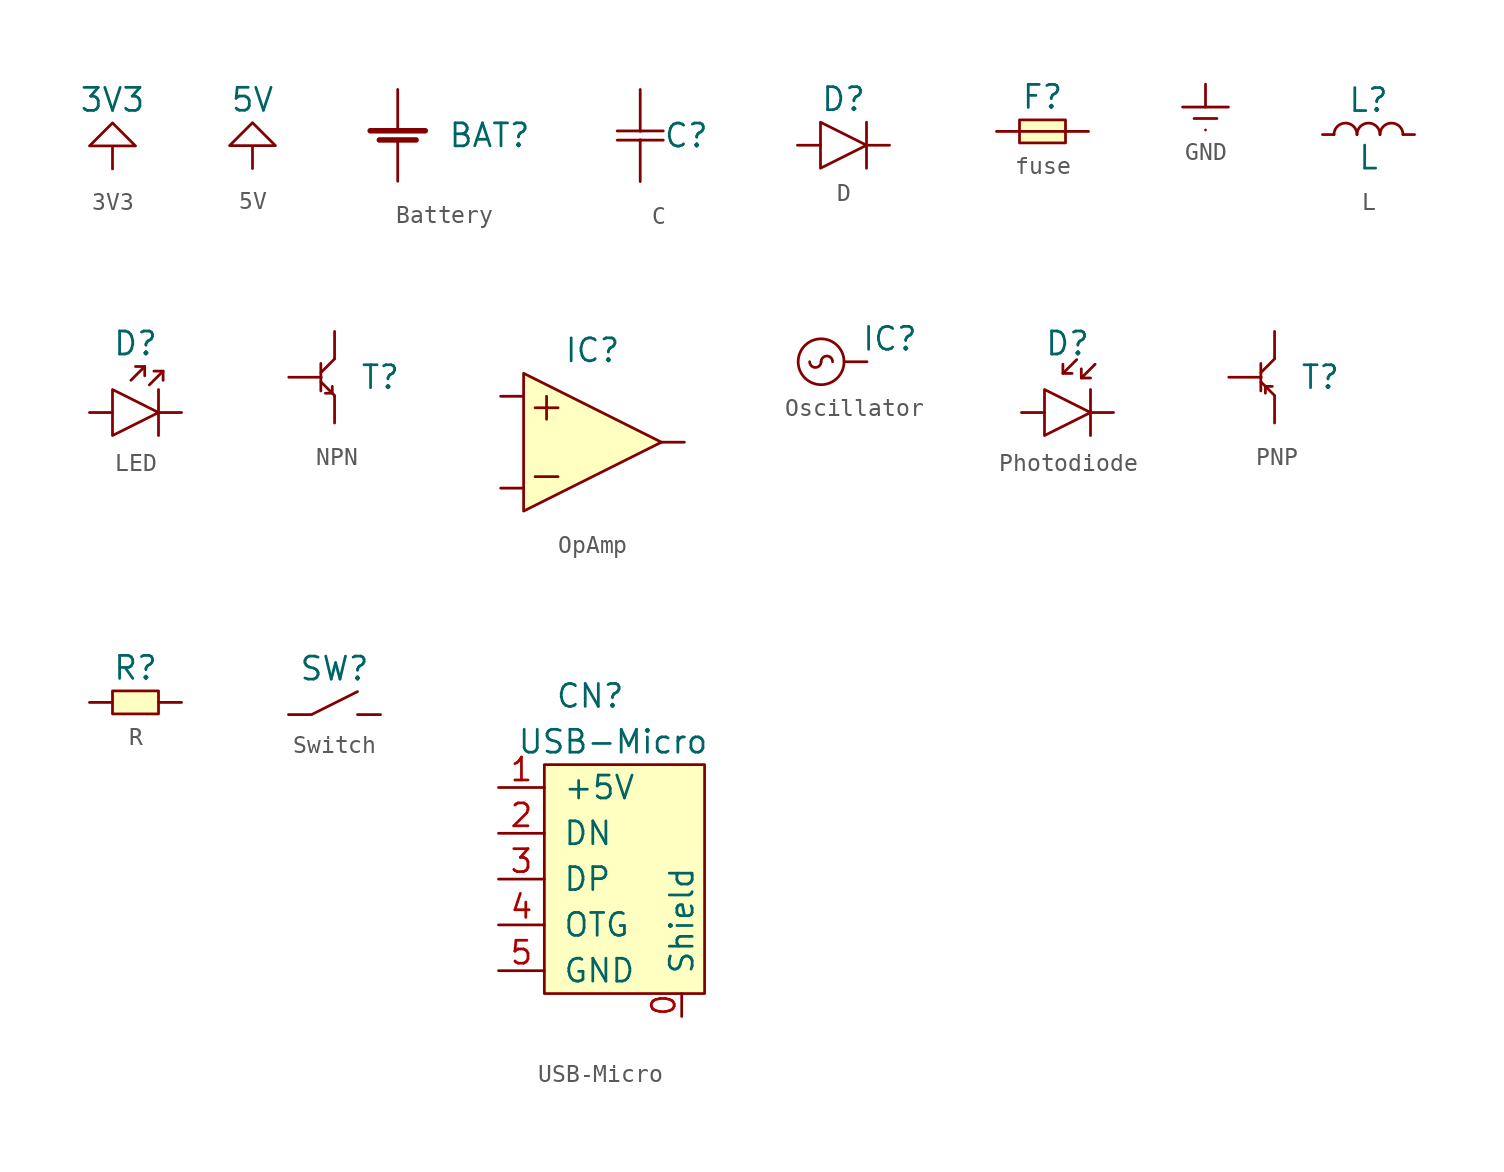
<source format=kicad_sym>
(kicad_symbol_lib
  (version 20220914)
  (generator kicad_symbol_editor)
  (symbol "3V3"
    (power)
    (pin_numbers hide)
    (pin_names
      (offset 0) hide)
    (property "Reference" "3V3"
      (at 3.81 1.27 0)
      (effects (font (size 1.27 1.27)) hide))
    (property "Value" "3V3"
      (at 0 3.81 0)
      (effects (font (size 1.27 1.27))))
    (symbol "3V3_0_1"
      (polyline (pts (xy 0 0) (xy 0 1.27) (xy -1.27 1.27) (xy 0 2.54) (xy 1.27 1.27) (xy 0 1.27)) (stroke (width 0) (type solid)) (fill (type none))))
    (symbol "3V3_1_1"
      (pin power_in line (at 0 0 90) (length 2.54) hide (name "3V3" (effects (font (size 1.27 1.27)))) (number "~" (effects (font (size 1.27 1.27)))))))
  (symbol "5V"
    (power)
    (pin_numbers hide)
    (pin_names
      (offset 0) hide)
    (property "Reference" "5V"
      (at 3.81 1.27 0)
      (effects (font (size 1.27 1.27)) hide))
    (property "Value" "5V"
      (at 0 3.81 0)
      (effects (font (size 1.27 1.27))))
    (symbol "5V_0_1"
      (polyline (pts (xy 0 0) (xy 0 1.27) (xy -1.27 1.27) (xy 0 2.54) (xy 1.27 1.27) (xy 0 1.27)) (stroke (width 0) (type solid)) (fill (type none))))
    (symbol "5V_1_1"
      (pin power_in line (at 0 0 90) (length 2.54) hide (name "GND" (effects (font (size 1.27 1.27)))) (number "~" (effects (font (size 1.27 1.27)))))))
  (symbol "Battery"
    (pin_numbers hide)
    (pin_names
      (offset 0) hide)
    (property "Reference" "BAT"
      (at 5.08 0 0)
      (effects (font (size 1.27 1.27))))
    (symbol "Battery_0_1"
      (polyline (pts (xy -1.524 0.254) (xy 1.524 0.254)) (stroke (width 0.305) (type solid)) (fill (type none)))
      (polyline (pts (xy 1.016 -0.254) (xy -1.016 -0.254)) (stroke (width 0.305) (type solid)) (fill (type none))))
    (symbol "Battery_1_1"
      (pin power_out line (at 0 2.54 270) (length 2.311) (name "+" (effects (font (size 1.27 1.27)))) (number "1" (effects (font (size 1.27 1.27)))))
      (pin power_out line (at 0 -2.54 90) (length 2.311) (name "-" (effects (font (size 1.27 1.27)))) (number "2" (effects (font (size 1.27 1.27)))))))
  (symbol "C"
    (pin_numbers hide)
    (pin_names
      (offset 0) hide)
    (property "Reference" "C"
      (at 2.54 0 0)
      (effects (font (size 1.27 1.27))))
    (symbol "C_0_1"
      (polyline (pts (xy -1.27 -0.254) (xy 1.27 -0.254)) (stroke (width 0) (type solid)) (fill (type none)))
      (polyline (pts (xy 1.27 0.254) (xy -1.27 0.254)) (stroke (width 0) (type solid)) (fill (type none))))
    (symbol "C_1_1"
      (pin bidirectional line (at 0 2.54 270) (length 2.311) (name "~" (effects (font (size 1.27 1.27)))) (number "1" (effects (font (size 1.27 1.27)))))
      (pin bidirectional line (at 0 -2.54 90) (length 2.311) (name "~" (effects (font (size 1.27 1.27)))) (number "2" (effects (font (size 1.27 1.27)))))))
  (symbol "D"
    (pin_numbers hide)
    (pin_names
      (offset 0) hide)
    (property "Reference" "D"
      (at 0 2.54 0)
      (effects (font (size 1.27 1.27))))
    (symbol "D_0_1"
      (polyline (pts (xy 1.27 1.27) (xy 1.27 -1.27)) (stroke (width 0) (type solid)) (fill (type none)))
      (polyline (pts (xy -1.27 1.27) (xy -1.27 -1.27) (xy 1.27 0) (xy -1.27 1.27)) (stroke (width 0) (type solid)) (fill (type none))))
    (symbol "D_1_1"
      (pin input line (at -2.54 0 0) (length 1.27) (name "A" (effects (font (size 1.27 1.27)))) (number "1" (effects (font (size 1.27 1.27)))))
      (pin output line (at 2.54 0 180) (length 1.27) (name "K" (effects (font (size 1.27 1.27)))) (number "2" (effects (font (size 1.27 1.27)))))))
  (symbol "fuse"
    (pin_numbers hide)
    (pin_names
      (offset 0) hide)
    (property "Reference" "F"
      (at 0 1.905 0)
      (effects (font (size 1.27 1.27))))
    (symbol "fuse_0_1"
      (rectangle (start -1.27 0.635) (end 1.27 -0.635) (stroke (width 0) (type solid)) (fill (type background)))
      (polyline (pts (xy 1.27 0) (xy -1.27 0)) (stroke (width 0) (type default)) (fill (type none))))
    (symbol "fuse_1_1"
      (pin bidirectional line (at -2.54 0 0) (length 1.27) (name "~" (effects (font (size 1.27 1.27)))) (number "1" (effects (font (size 1.27 1.27)))))
      (pin bidirectional line (at 2.54 0 180) (length 1.27) (name "~" (effects (font (size 1.27 1.27)))) (number "2" (effects (font (size 1.27 1.27)))))))
  (symbol "GND"
    (power)
    (pin_numbers hide)
    (pin_names
      (offset 0) hide)
    (property "Reference" "GND"
      (at 3.81 1.27 0)
      (effects (font (size 1.27 1.27)) hide))
    (symbol "GND_0_1"
      (polyline (pts (xy -1.27 -1.27) (xy 1.27 -1.27)) (stroke (width 0) (type solid)) (fill (type none)))
      (polyline (pts (xy 0 -2.54) (xy 0 -2.54)) (stroke (width 0) (type solid)) (fill (type none)))
      (polyline (pts (xy 0 -1.27) (xy 0 0)) (stroke (width 0) (type solid)) (fill (type none)))
      (polyline (pts (xy 0.635 -1.905) (xy -0.635 -1.905)) (stroke (width 0) (type solid)) (fill (type none))))
    (symbol "GND_1_1"
      (pin power_in line (at 0 0 270) (length 2.54) hide (name "GND" (effects (font (size 1.27 1.27)))) (number "~" (effects (font (size 1.27 1.27)))))))
  (symbol "L"
    (pin_numbers hide)
    (pin_names
      (offset 0) hide)
    (property "Reference" "L"
      (at 0 1.905 0)
      (effects (font (size 1.27 1.27))))
    (property "Value" "L"
      (at 0 -1.27 0)
      (effects (font (size 1.27 1.27))))
    (symbol "L_0_1"
      (arc (start -0.635 0) (mid -1.27 0.6323) (end -1.905 0) (stroke (width 0) (type solid)) (fill (type none)))
      (arc (start 0.635 0) (mid 0 0.6323) (end -0.635 0) (stroke (width 0) (type solid)) (fill (type none)))
      (arc (start 1.905 0) (mid 1.27 0.6323) (end 0.635 0) (stroke (width 0) (type solid)) (fill (type none))))
    (symbol "L_1_1"
      (pin bidirectional line (at -2.54 0 0) (length 0.635) (name "~" (effects (font (size 1.27 1.27)))) (number "1" (effects (font (size 1.27 1.27)))))
      (pin bidirectional line (at 2.54 0 180) (length 0.635) (name "~" (effects (font (size 1.27 1.27)))) (number "2" (effects (font (size 1.27 1.27)))))))
  (symbol "LED"
    (pin_numbers hide)
    (pin_names
      (offset 0) hide)
    (property "Reference" "D"
      (at 0 3.81 0)
      (effects (font (size 1.27 1.27))))
    (symbol "LED_0_1"
      (polyline (pts (xy 1.27 1.27) (xy 1.27 -1.27)) (stroke (width 0) (type solid)) (fill (type none)))
      (polyline (pts (xy 1.524 1.778) (xy 1.524 2.286)) (stroke (width 0) (type solid)) (fill (type none)))
      (polyline (pts (xy 0.762 1.524) (xy 1.524 2.286) (xy 1.016 2.286)) (stroke (width 0) (type solid)) (fill (type none)))
      (polyline (pts (xy -1.27 1.27) (xy -1.27 -1.27) (xy 1.27 0) (xy -1.27 1.27)) (stroke (width 0) (type solid)) (fill (type none))))
    (symbol "LED_1_1"
      (polyline (pts (xy 0.508 2.032) (xy 0.508 2.54)) (stroke (width 0) (type solid)) (fill (type none)))
      (polyline (pts (xy -0.254 1.778) (xy 0.508 2.54) (xy 0 2.54)) (stroke (width 0) (type solid)) (fill (type none)))
      (pin input line (at -2.54 0 0) (length 1.27) (name "A" (effects (font (size 1.27 1.27)))) (number "1" (effects (font (size 1.27 1.27)))))
      (pin output line (at 2.54 0 180) (length 1.27) (name "K" (effects (font (size 1.27 1.27)))) (number "2" (effects (font (size 1.27 1.27)))))))
  (symbol "NPN"
    (pin_numbers hide)
    (pin_names
      (offset 0) hide)
    (property "Reference" "T"
      (at 2.54 0 0)
      (effects (font (size 1.27 1.27))))
    (symbol "NPN_0_1"
      (polyline (pts (xy -0.762 -0.762) (xy -0.762 0.762)) (stroke (width 0) (type solid)) (fill (type none)))
      (polyline (pts (xy -0.762 -0.254) (xy 0 -1.016)) (stroke (width 0) (type solid)) (fill (type none)))
      (polyline (pts (xy -0.762 0.254) (xy 0 1.016)) (stroke (width 0) (type solid)) (fill (type none)))
      (polyline (pts (xy -0.508 -0.889) (xy -0.127 -0.889) (xy -0.127 -0.508)) (stroke (width 0) (type solid)) (fill (type none))))
    (symbol "NPN_1_1"
      (pin input line (at -2.54 0 0) (length 1.803) (name "B" (effects (font (size 1.27 1.27)))) (number "~" (effects (font (size 1.27 1.27)))))
      (pin input line (at 0 2.54 270) (length 1.499) (name "C" (effects (font (size 1.27 1.27)))) (number "~" (effects (font (size 1.27 1.27)))))
      (pin input line (at 0 -2.54 90) (length 1.499) (name "E" (effects (font (size 1.27 1.27)))) (number "~" (effects (font (size 1.27 1.27)))))))
  (symbol "OpAmp"
    (pin_numbers hide)
    (pin_names
      (offset 1.016))
    (property "Reference" "IC"
      (at 0 5.08 0)
      (effects (font (size 1.27 1.27))))
    (symbol "OpAmp_0_1"
      (polyline (pts (xy -3.175 -1.905) (xy -1.905 -1.905)) (stroke (width 0) (type solid)) (fill (type none)))
      (polyline (pts (xy -2.54 2.54) (xy -2.54 1.27)) (stroke (width 0) (type solid)) (fill (type none)))
      (polyline (pts (xy -3.175 1.905) (xy -2.54 1.905) (xy -1.905 1.905)) (stroke (width 0) (type solid)) (fill (type none)))
      (polyline (pts (xy 3.81 0) (xy -3.81 3.81) (xy -3.81 -3.81) (xy 3.81 0)) (stroke (width 0) (type solid)) (fill (type background))))
    (symbol "OpAmp_1_1"
      (pin input line (at -5.08 -2.54 0) (length 1.27) (name "~" (effects (font (size 1.27 1.27)))) (number "~" (effects (font (size 1.27 1.27)))))
      (pin input line (at -5.08 2.54 0) (length 1.27) (name "~" (effects (font (size 1.27 1.27)))) (number "~" (effects (font (size 1.27 1.27)))))
      (pin output line (at 5.08 0 180) (length 1.27) (name "~" (effects (font (size 1.27 1.27)))) (number "~" (effects (font (size 1.27 1.27)))))))
  (symbol "Oscillator"
    (pin_numbers hide)
    (pin_names
      (offset 0))
    (property "Reference" "IC"
      (at 3.81 1.27 0)
      (effects (font (size 1.27 1.27))))
    (symbol "Oscillator_0_1"
      (arc (start -0.635 0) (mid -0.3175 -0.3162) (end 0 0) (stroke (width 0) (type solid)) (fill (type none)))
      (circle (center 0 0) (radius 1.27) (stroke (width 0) (type solid)) (fill (type none)))
      (arc (start 0.635 0) (mid 0.3175 0.3162) (end 0 0) (stroke (width 0) (type solid)) (fill (type none))))
    (symbol "Oscillator_1_1"
      (pin power_out line (at 2.54 0 180) (length 1.27) (name "~" (effects (font (size 1.27 1.27)))) (number "~" (effects (font (size 1.27 1.27)))))))
  (symbol "Photodiode"
    (pin_numbers hide)
    (pin_names
      (offset 0) hide)
    (property "Reference" "D"
      (at 0 3.81 0)
      (effects (font (size 1.27 1.27))))
    (symbol "Photodiode_0_1"
      (polyline (pts (xy -0.254 2.667) (xy -0.254 2.159)) (stroke (width 0) (type solid)) (fill (type none)))
      (polyline (pts (xy 1.27 1.27) (xy 1.27 -1.27)) (stroke (width 0) (type solid)) (fill (type none)))
      (polyline (pts (xy 0.508 2.921) (xy -0.254 2.159) (xy 0.254 2.159)) (stroke (width 0) (type solid)) (fill (type none)))
      (polyline (pts (xy -1.27 1.27) (xy -1.27 -1.27) (xy 1.27 0) (xy -1.27 1.27)) (stroke (width 0) (type solid)) (fill (type none))))
    (symbol "Photodiode_1_1"
      (polyline (pts (xy 0.762 2.413) (xy 0.762 1.905)) (stroke (width 0) (type solid)) (fill (type none)))
      (polyline (pts (xy 1.524 2.667) (xy 0.762 1.905) (xy 1.27 1.905)) (stroke (width 0) (type solid)) (fill (type none)))
      (pin input line (at -2.54 0 0) (length 1.27) (name "A" (effects (font (size 1.27 1.27)))) (number "1" (effects (font (size 1.27 1.27)))))
      (pin output line (at 2.54 0 180) (length 1.27) (name "K" (effects (font (size 1.27 1.27)))) (number "2" (effects (font (size 1.27 1.27)))))))
  (symbol "PNP"
    (pin_numbers hide)
    (pin_names
      (offset 0) hide)
    (property "Reference" "T"
      (at 2.54 0 0)
      (effects (font (size 1.27 1.27))))
    (symbol "PNP_0_1"
      (polyline (pts (xy -0.762 -0.762) (xy -0.762 0.762)) (stroke (width 0) (type solid)) (fill (type none)))
      (polyline (pts (xy -0.762 -0.254) (xy 0 -1.016)) (stroke (width 0) (type solid)) (fill (type none)))
      (polyline (pts (xy -0.762 0.254) (xy 0 1.016)) (stroke (width 0) (type solid)) (fill (type none)))
      (polyline (pts (xy -0.508 -0.889) (xy -0.508 -0.508) (xy -0.127 -0.508)) (stroke (width 0) (type solid)) (fill (type none))))
    (symbol "PNP_1_1"
      (pin input line (at -2.54 0 0) (length 1.803) (name "B" (effects (font (size 1.27 1.27)))) (number "~" (effects (font (size 1.27 1.27)))))
      (pin input line (at 0 2.54 270) (length 1.499) (name "C" (effects (font (size 1.27 1.27)))) (number "~" (effects (font (size 1.27 1.27)))))
      (pin input line (at 0 -2.54 90) (length 1.499) (name "E" (effects (font (size 1.27 1.27)))) (number "~" (effects (font (size 1.27 1.27)))))))
  (symbol "R"
    (pin_numbers hide)
    (pin_names
      (offset 0) hide)
    (property "Reference" "R"
      (at 0 1.905 0)
      (effects (font (size 1.27 1.27))))
    (symbol "R_0_1"
      (rectangle (start -1.27 0.635) (end 1.27 -0.635) (stroke (width 0) (type solid)) (fill (type background))))
    (symbol "R_1_1"
      (pin bidirectional line (at -2.54 0 0) (length 1.27) (name "~" (effects (font (size 1.27 1.27)))) (number "1" (effects (font (size 1.27 1.27)))))
      (pin bidirectional line (at 2.54 0 180) (length 1.27) (name "~" (effects (font (size 1.27 1.27)))) (number "2" (effects (font (size 1.27 1.27)))))))
  (symbol "Switch"
    (pin_names
      (offset 1.016))
    (property "Reference" "SW"
      (at 0 2.54 0)
      (effects (font (size 1.27 1.27))))
    (symbol "Switch_0_1"
      (polyline (pts (xy -1.27 0) (xy 1.27 1.27)) (stroke (width 0) (type solid)) (fill (type none))))
    (symbol "Switch_1_1"
      (pin bidirectional line (at -2.54 0 0) (length 1.27) (name "~" (effects (font (size 1.27 1.27)))) (number "~" (effects (font (size 1.27 1.27)))))
      (pin bidirectional line (at 2.54 0 180) (length 1.27) (name "~" (effects (font (size 1.27 1.27)))) (number "~" (effects (font (size 1.27 1.27)))))))
  (symbol "USB-Micro"
    (pin_names
      (offset 1.016))
    (property "Reference" "CN"
      (at 2.54 7.62 0)
      (effects (font (size 1.27 1.27))))
    (property "Value" "USB-Micro"
      (at 3.81 5.08 0)
      (effects (font (size 1.27 1.27))))
    (symbol "USB-Micro_0_1"
      (rectangle (start 0 3.81) (end 8.89 -8.89) (stroke (width 0) (type solid)) (fill (type background))))
    (symbol "USB-Micro_1_1"
      (pin input line (at 7.62 -10.16 90) (length 1.27) (name "Shield" (effects (font (size 1.27 1.27)))) (number "0" (effects (font (size 1.27 1.27)))))
      (pin bidirectional line (at -2.54 2.54 0) (length 2.54) (name "+5V" (effects (font (size 1.27 1.27)))) (number "1" (effects (font (size 1.27 1.27)))))
      (pin bidirectional line (at -2.54 0 0) (length 2.54) (name "DN" (effects (font (size 1.27 1.27)))) (number "2" (effects (font (size 1.27 1.27)))))
      (pin bidirectional line (at -2.54 -2.54 0) (length 2.54) (name "DP" (effects (font (size 1.27 1.27)))) (number "3" (effects (font (size 1.27 1.27)))))
      (pin bidirectional line (at -2.54 -5.08 0) (length 2.54) (name "OTG" (effects (font (size 1.27 1.27)))) (number "4" (effects (font (size 1.27 1.27)))))
      (pin bidirectional line (at -2.54 -7.62 0) (length 2.54) (name "GND" (effects (font (size 1.27 1.27)))) (number "5" (effects (font (size 1.27 1.27))))))))
</source>
